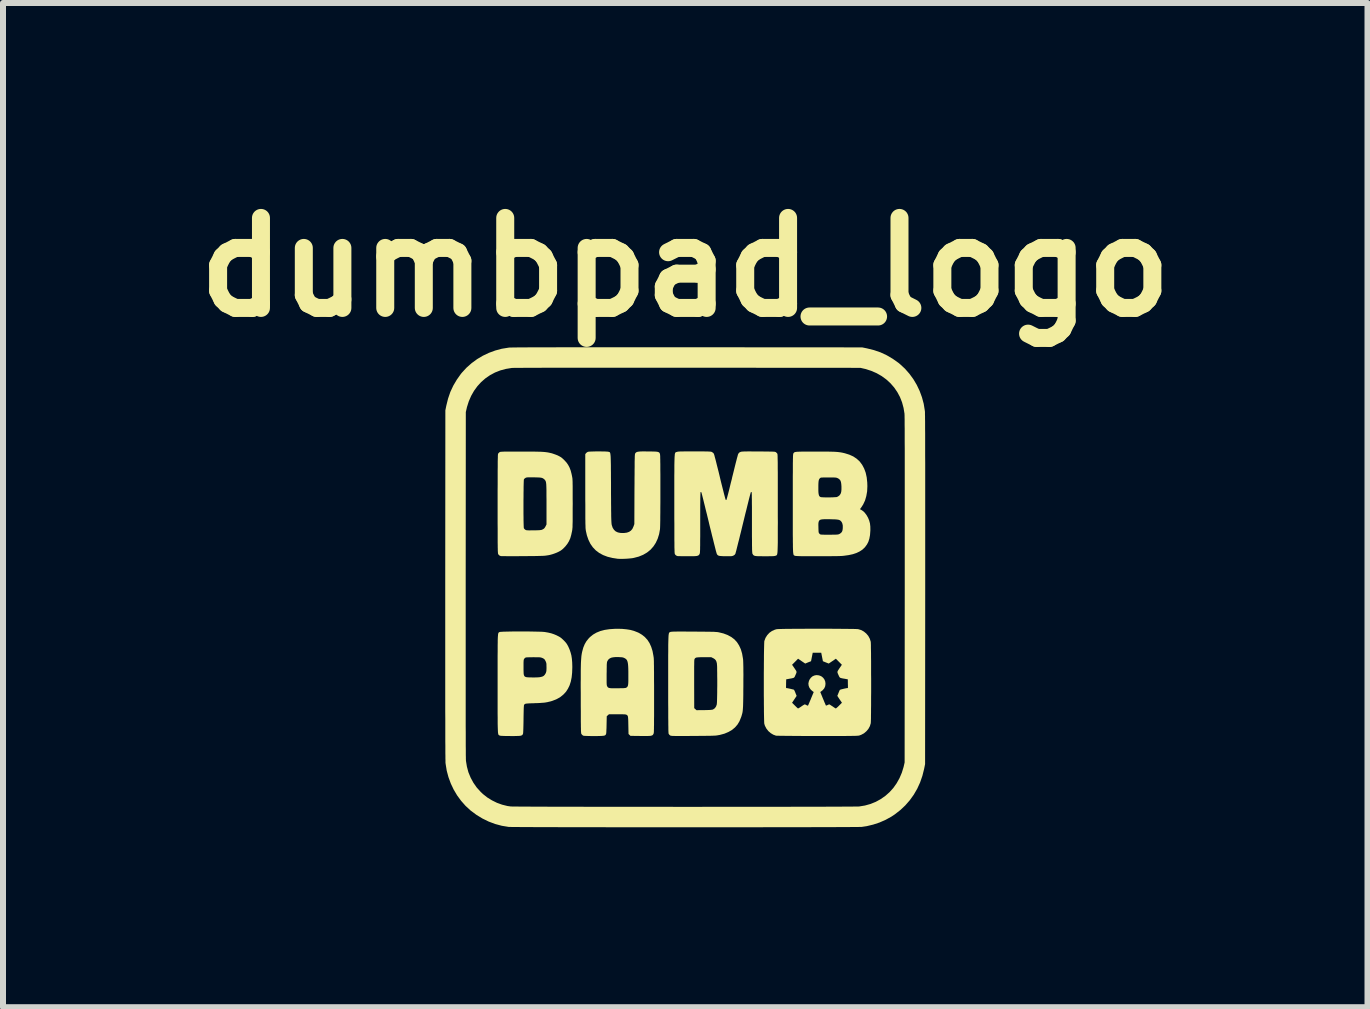
<source format=kicad_pcb>
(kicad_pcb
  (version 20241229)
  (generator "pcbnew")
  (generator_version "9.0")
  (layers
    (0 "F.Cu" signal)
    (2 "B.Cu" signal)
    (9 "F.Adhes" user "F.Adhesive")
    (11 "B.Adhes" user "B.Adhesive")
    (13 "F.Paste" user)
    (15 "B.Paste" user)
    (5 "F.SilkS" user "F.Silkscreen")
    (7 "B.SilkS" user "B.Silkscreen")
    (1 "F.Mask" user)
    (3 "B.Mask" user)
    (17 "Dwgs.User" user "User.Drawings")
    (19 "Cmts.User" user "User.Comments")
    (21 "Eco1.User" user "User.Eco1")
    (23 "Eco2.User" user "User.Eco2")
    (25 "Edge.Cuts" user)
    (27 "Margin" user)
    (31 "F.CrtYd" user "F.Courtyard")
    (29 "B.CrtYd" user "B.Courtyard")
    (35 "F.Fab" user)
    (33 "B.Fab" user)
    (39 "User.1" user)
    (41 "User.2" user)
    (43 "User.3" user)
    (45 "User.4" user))
  (footprint "dumbpad_logo"
    (layer "F.Cu")
    (at 8.371 6.738)
    (property "Reference" "dumbpad_logo" (at 0 -5.334 0) (layer "F.SilkS") (effects (font (size 1.5 1.5) (thickness 0.3))))
    (attr board_only exclude_from_pos_files exclude_from_bom)
    (fp_poly (pts (xy -1.409 -2.264) (xy -1.372 -2.263) (xy -1.338 -2.263) (xy -1.31 -2.261) (xy -1.29 -2.26) (xy -1.281 -2.258) (xy -1.274 -2.257) (xy -1.269 -2.255) (xy -1.264 -2.254) (xy -1.259 -2.251) (xy -1.255 -2.247) (xy -1.252 -2.24) (xy -1.249 -2.231) (xy -1.247 -2.218) (xy -1.245 -2.201) (xy -1.243 -2.179) (xy -1.242 -2.151) (xy -1.241 -2.117) (xy -1.24 -2.077) (xy -1.239 -2.029) (xy -1.239 -1.973) (xy -1.238 -1.908) (xy -1.238 -1.834) (xy -1.237 -1.75) (xy -1.237 -1.655) (xy -1.237 -1.649) (xy -1.237 -1.555) (xy -1.236 -1.471) (xy -1.236 -1.398) (xy -1.235 -1.334) (xy -1.235 -1.278) (xy -1.234 -1.231) (xy -1.234 -1.19) (xy -1.233 -1.156) (xy -1.232 -1.128) (xy -1.231 -1.105) (xy -1.23 -1.086) (xy -1.229 -1.071) (xy -1.228 -1.059) (xy -1.227 -1.049) (xy -1.225 -1.041) (xy -1.224 -1.035) (xy -1.209 -0.991) (xy -1.187 -0.957) (xy -1.159 -0.931) (xy -1.123 -0.914) (xy -1.08 -0.905) (xy -1.029 -0.904) (xy -1.021 -0.904) (xy -0.974 -0.91) (xy -0.936 -0.923) (xy -0.905 -0.944) (xy -0.881 -0.972) (xy -0.864 -1.009) (xy -0.861 -1.016) (xy -0.848 -1.053) (xy -0.846 -1.635) (xy -0.845 -1.729) (xy -0.845 -1.813) (xy -0.844 -1.886) (xy -0.844 -1.95) (xy -0.843 -2.005) (xy -0.843 -2.053) (xy -0.843 -2.092) (xy -0.842 -2.126) (xy -0.841 -2.153) (xy -0.841 -2.175) (xy -0.84 -2.192) (xy -0.839 -2.205) (xy -0.838 -2.214) (xy -0.837 -2.221) (xy -0.835 -2.226) (xy -0.834 -2.23) (xy -0.832 -2.233) (xy -0.831 -2.234) (xy -0.824 -2.243) (xy -0.815 -2.249) (xy -0.805 -2.255) (xy -0.79 -2.258) (xy -0.771 -2.261) (xy -0.746 -2.263) (xy -0.713 -2.264) (xy -0.671 -2.264) (xy -0.619 -2.263) (xy -0.616 -2.263) (xy -0.566 -2.263) (xy -0.527 -2.262) (xy -0.496 -2.261) (xy -0.473 -2.259) (xy -0.457 -2.256) (xy -0.445 -2.252) (xy -0.436 -2.247) (xy -0.43 -2.241) (xy -0.425 -2.232) (xy -0.423 -2.227) (xy -0.421 -2.222) (xy -0.42 -2.216) (xy -0.419 -2.207) (xy -0.418 -2.194) (xy -0.417 -2.177) (xy -0.417 -2.155) (xy -0.416 -2.127) (xy -0.416 -2.094) (xy -0.415 -2.053) (xy -0.415 -2.006) (xy -0.415 -1.95) (xy -0.414 -1.885) (xy -0.414 -1.812) (xy -0.414 -1.728) (xy -0.414 -1.633) (xy -0.414 -1.613) (xy -0.414 -1.509) (xy -0.414 -1.412) (xy -0.415 -1.324) (xy -0.415 -1.245) (xy -0.416 -1.175) (xy -0.416 -1.115) (xy -0.417 -1.064) (xy -0.418 -1.024) (xy -0.419 -0.994) (xy -0.42 -0.975) (xy -0.42 -0.97) (xy -0.435 -0.886) (xy -0.459 -0.809) (xy -0.491 -0.74) (xy -0.531 -0.679) (xy -0.579 -0.625) (xy -0.636 -0.579) (xy -0.701 -0.541) (xy -0.774 -0.511) (xy -0.854 -0.49) (xy -0.879 -0.485) (xy -0.903 -0.482) (xy -0.935 -0.479) (xy -0.972 -0.476) (xy -1.012 -0.474) (xy -1.05 -0.473) (xy -1.084 -0.473) (xy -1.111 -0.474) (xy -1.121 -0.474) (xy -1.212 -0.488) (xy -1.294 -0.508) (xy -1.368 -0.536) (xy -1.433 -0.571) (xy -1.49 -0.614) (xy -1.539 -0.665) (xy -1.58 -0.723) (xy -1.613 -0.79) (xy -1.639 -0.865) (xy -1.655 -0.937) (xy -1.657 -0.947) (xy -1.658 -0.957) (xy -1.66 -0.969) (xy -1.661 -0.983) (xy -1.662 -0.999) (xy -1.662 -1.019) (xy -1.663 -1.042) (xy -1.664 -1.071) (xy -1.664 -1.105) (xy -1.665 -1.144) (xy -1.665 -1.191) (xy -1.665 -1.245) (xy -1.665 -1.307) (xy -1.665 -1.379) (xy -1.666 -1.459) (xy -1.666 -1.55) (xy -1.666 -1.607) (xy -1.666 -2.218) (xy -1.654 -2.234) (xy -1.64 -2.247) (xy -1.623 -2.257) (xy -1.622 -2.257) (xy -1.611 -2.259) (xy -1.59 -2.261) (xy -1.561 -2.262) (xy -1.527 -2.263) (xy -1.489 -2.264) (xy -1.449 -2.264)) (stroke (width 0) (type solid)) (fill yes) (layer "F.SilkS"))
    (fp_poly (pts (xy -0.026 0.738) (xy 0.033 0.739) (xy 0.103 0.739) (xy 0.138 0.739) (xy 0.213 0.74) (xy 0.279 0.74) (xy 0.334 0.741) (xy 0.381 0.741) (xy 0.421 0.742) (xy 0.453 0.743) (xy 0.48 0.743) (xy 0.502 0.745) (xy 0.52 0.746) (xy 0.535 0.747) (xy 0.547 0.749) (xy 0.559 0.751) (xy 0.637 0.77) (xy 0.706 0.796) (xy 0.767 0.829) (xy 0.819 0.868) (xy 0.863 0.916) (xy 0.898 0.971) (xy 0.927 1.034) (xy 0.948 1.105) (xy 0.962 1.186) (xy 0.965 1.209) (xy 0.966 1.229) (xy 0.967 1.257) (xy 0.968 1.294) (xy 0.969 1.34) (xy 0.969 1.395) (xy 0.97 1.46) (xy 0.969 1.535) (xy 0.969 1.621) (xy 0.969 1.649) (xy 0.968 1.727) (xy 0.968 1.795) (xy 0.967 1.854) (xy 0.966 1.904) (xy 0.965 1.947) (xy 0.964 1.983) (xy 0.962 2.014) (xy 0.96 2.04) (xy 0.958 2.063) (xy 0.955 2.083) (xy 0.951 2.102) (xy 0.946 2.119) (xy 0.941 2.137) (xy 0.935 2.157) (xy 0.93 2.17) (xy 0.904 2.234) (xy 0.871 2.289) (xy 0.829 2.337) (xy 0.78 2.378) (xy 0.721 2.412) (xy 0.655 2.44) (xy 0.578 2.461) (xy 0.55 2.466) (xy 0.538 2.468) (xy 0.525 2.47) (xy 0.51 2.472) (xy 0.492 2.473) (xy 0.47 2.474) (xy 0.443 2.475) (xy 0.41 2.476) (xy 0.371 2.476) (xy 0.324 2.477) (xy 0.269 2.477) (xy 0.204 2.478) (xy 0.131 2.478) (xy 0.057 2.479) (xy -0.006 2.479) (xy -0.059 2.479) (xy -0.104 2.479) (xy -0.141 2.479) (xy -0.17 2.479) (xy -0.194 2.478) (xy -0.212 2.478) (xy -0.225 2.477) (xy -0.235 2.475) (xy -0.242 2.474) (xy -0.247 2.472) (xy -0.252 2.47) (xy -0.253 2.469) (xy -0.267 2.456) (xy -0.277 2.441) (xy -0.277 2.44) (xy -0.278 2.433) (xy -0.279 2.42) (xy -0.28 2.399) (xy -0.281 2.371) (xy -0.281 2.334) (xy -0.282 2.289) (xy -0.282 2.236) (xy -0.283 2.173) (xy -0.283 2.101) (xy -0.283 2.019) (xy -0.284 1.927) (xy -0.284 1.824) (xy -0.284 1.711) (xy -0.284 1.608) (xy -0.284 1.493) (xy -0.284 1.43) (xy 0.149 1.43) (xy 0.149 1.501) (xy 0.149 1.582) (xy 0.149 1.616) (xy 0.15 2.015) (xy 0.169 2.032) (xy 0.188 2.049) (xy 0.317 2.048) (xy 0.36 2.047) (xy 0.392 2.046) (xy 0.417 2.045) (xy 0.435 2.043) (xy 0.449 2.041) (xy 0.459 2.039) (xy 0.467 2.035) (xy 0.467 2.035) (xy 0.494 2.016) (xy 0.514 1.987) (xy 0.526 1.953) (xy 0.527 1.941) (xy 0.529 1.918) (xy 0.53 1.887) (xy 0.531 1.848) (xy 0.532 1.803) (xy 0.533 1.754) (xy 0.533 1.701) (xy 0.534 1.646) (xy 0.534 1.59) (xy 0.534 1.535) (xy 0.533 1.481) (xy 0.533 1.431) (xy 0.532 1.385) (xy 0.532 1.344) (xy 0.531 1.311) (xy 0.529 1.287) (xy 0.528 1.272) (xy 0.528 1.271) (xy 0.52 1.239) (xy 0.509 1.217) (xy 0.494 1.2) (xy 0.472 1.185) (xy 0.468 1.183) (xy 0.434 1.166) (xy 0.312 1.166) (xy 0.268 1.166) (xy 0.233 1.167) (xy 0.207 1.169) (xy 0.188 1.171) (xy 0.175 1.176) (xy 0.166 1.182) (xy 0.159 1.19) (xy 0.154 1.201) (xy 0.154 1.202) (xy 0.152 1.209) (xy 0.151 1.224) (xy 0.15 1.247) (xy 0.15 1.279) (xy 0.149 1.32) (xy 0.149 1.37) (xy 0.149 1.43) (xy -0.284 1.43) (xy -0.284 1.39) (xy -0.284 1.296) (xy -0.284 1.213) (xy -0.284 1.138) (xy -0.283 1.073) (xy -0.283 1.015) (xy -0.283 0.965) (xy -0.282 0.921) (xy -0.281 0.885) (xy -0.28 0.854) (xy -0.279 0.828) (xy -0.278 0.807) (xy -0.276 0.791) (xy -0.274 0.778) (xy -0.272 0.769) (xy -0.27 0.762) (xy -0.267 0.757) (xy -0.263 0.753) (xy -0.26 0.751) (xy -0.256 0.749) (xy -0.251 0.747) (xy -0.25 0.746) (xy -0.245 0.744) (xy -0.239 0.743) (xy -0.23 0.742) (xy -0.218 0.741) (xy -0.202 0.74) (xy -0.18 0.739) (xy -0.153 0.739) (xy -0.119 0.738) (xy -0.077 0.738)) (stroke (width 0) (type solid)) (fill yes) (layer "F.SilkS"))
    (fp_poly (pts (xy -2.684 0.737) (xy -2.627 0.737) (xy -2.571 0.738) (xy -2.518 0.739) (xy -2.47 0.74) (xy -2.427 0.741) (xy -2.391 0.742) (xy -2.362 0.744) (xy -2.342 0.746) (xy -2.341 0.746) (xy -2.283 0.756) (xy -2.233 0.768) (xy -2.188 0.783) (xy -2.143 0.802) (xy -2.134 0.807) (xy -2.106 0.821) (xy -2.084 0.834) (xy -2.064 0.849) (xy -2.044 0.867) (xy -2.025 0.885) (xy -2.002 0.909) (xy -1.985 0.929) (xy -1.971 0.949) (xy -1.958 0.972) (xy -1.947 0.993) (xy -1.926 1.042) (xy -1.91 1.089) (xy -1.897 1.139) (xy -1.889 1.193) (xy -1.884 1.252) (xy -1.882 1.321) (xy -1.882 1.336) (xy -1.885 1.424) (xy -1.893 1.502) (xy -1.907 1.572) (xy -1.927 1.634) (xy -1.954 1.69) (xy -1.986 1.74) (xy -2.026 1.784) (xy -2.035 1.792) (xy -2.087 1.834) (xy -2.149 1.868) (xy -2.219 1.895) (xy -2.297 1.915) (xy -2.332 1.921) (xy -2.354 1.924) (xy -2.385 1.926) (xy -2.422 1.929) (xy -2.463 1.931) (xy -2.504 1.932) (xy -2.517 1.933) (xy -2.555 1.934) (xy -2.59 1.935) (xy -2.621 1.937) (xy -2.644 1.939) (xy -2.659 1.941) (xy -2.663 1.942) (xy -2.677 1.95) (xy -2.686 1.96) (xy -2.688 1.967) (xy -2.689 1.982) (xy -2.691 2.005) (xy -2.692 2.036) (xy -2.693 2.077) (xy -2.694 2.128) (xy -2.695 2.19) (xy -2.695 2.205) (xy -2.696 2.263) (xy -2.697 2.31) (xy -2.698 2.349) (xy -2.699 2.38) (xy -2.7 2.403) (xy -2.701 2.42) (xy -2.702 2.433) (xy -2.704 2.442) (xy -2.706 2.448) (xy -2.708 2.452) (xy -2.714 2.46) (xy -2.72 2.466) (xy -2.729 2.47) (xy -2.74 2.474) (xy -2.757 2.477) (xy -2.778 2.478) (xy -2.807 2.479) (xy -2.845 2.48) (xy -2.892 2.48) (xy -2.913 2.48) (xy -2.963 2.479) (xy -3.002 2.479) (xy -3.033 2.478) (xy -3.056 2.477) (xy -3.073 2.476) (xy -3.084 2.474) (xy -3.092 2.472) (xy -3.094 2.471) (xy -3.098 2.469) (xy -3.103 2.467) (xy -3.106 2.465) (xy -3.109 2.462) (xy -3.112 2.458) (xy -3.115 2.452) (xy -3.117 2.444) (xy -3.119 2.432) (xy -3.121 2.418) (xy -3.122 2.399) (xy -3.123 2.376) (xy -3.124 2.347) (xy -3.125 2.313) (xy -3.126 2.273) (xy -3.126 2.226) (xy -3.126 2.171) (xy -3.127 2.109) (xy -3.127 2.039) (xy -3.127 1.959) (xy -3.127 1.87) (xy -3.127 1.771) (xy -3.127 1.662) (xy -3.127 1.609) (xy -3.127 1.494) (xy -3.127 1.391) (xy -3.127 1.332) (xy -2.695 1.332) (xy -2.695 1.378) (xy -2.694 1.413) (xy -2.693 1.44) (xy -2.69 1.459) (xy -2.685 1.473) (xy -2.679 1.483) (xy -2.671 1.49) (xy -2.66 1.495) (xy -2.647 1.499) (xy -2.625 1.501) (xy -2.596 1.503) (xy -2.563 1.503) (xy -2.528 1.504) (xy -2.493 1.503) (xy -2.46 1.502) (xy -2.432 1.5) (xy -2.418 1.498) (xy -2.384 1.49) (xy -2.36 1.478) (xy -2.342 1.46) (xy -2.327 1.436) (xy -2.321 1.422) (xy -2.317 1.409) (xy -2.314 1.394) (xy -2.313 1.374) (xy -2.312 1.348) (xy -2.312 1.334) (xy -2.313 1.303) (xy -2.313 1.282) (xy -2.315 1.266) (xy -2.319 1.252) (xy -2.324 1.239) (xy -2.329 1.229) (xy -2.339 1.21) (xy -2.349 1.198) (xy -2.363 1.188) (xy -2.377 1.181) (xy -2.388 1.176) (xy -2.399 1.173) (xy -2.41 1.17) (xy -2.424 1.168) (xy -2.443 1.167) (xy -2.468 1.167) (xy -2.502 1.167) (xy -2.525 1.166) (xy -2.561 1.167) (xy -2.595 1.167) (xy -2.623 1.168) (xy -2.644 1.169) (xy -2.656 1.17) (xy -2.657 1.171) (xy -2.671 1.178) (xy -2.683 1.192) (xy -2.684 1.193) (xy -2.688 1.2) (xy -2.691 1.208) (xy -2.693 1.219) (xy -2.694 1.235) (xy -2.695 1.256) (xy -2.695 1.285) (xy -2.695 1.324) (xy -2.695 1.332) (xy -3.127 1.332) (xy -3.127 1.297) (xy -3.127 1.213) (xy -3.127 1.139) (xy -3.126 1.073) (xy -3.126 1.015) (xy -3.126 0.965) (xy -3.125 0.921) (xy -3.125 0.885) (xy -3.124 0.854) (xy -3.123 0.828) (xy -3.121 0.807) (xy -3.12 0.791) (xy -3.118 0.778) (xy -3.116 0.768) (xy -3.113 0.762) (xy -3.11 0.757) (xy -3.107 0.753) (xy -3.104 0.751) (xy -3.1 0.749) (xy -3.095 0.748) (xy -3.093 0.746) (xy -3.083 0.744) (xy -3.064 0.743) (xy -3.035 0.741) (xy -2.999 0.74) (xy -2.956 0.739) (xy -2.907 0.738) (xy -2.855 0.737) (xy -2.799 0.737) (xy -2.742 0.737)) (stroke (width 0) (type solid)) (fill yes) (layer "F.SilkS"))
    (fp_poly (pts (xy -1.051 0.694) (xy -0.979 0.701) (xy -0.915 0.711) (xy -0.856 0.727) (xy -0.802 0.748) (xy -0.78 0.757) (xy -0.722 0.791) (xy -0.673 0.83) (xy -0.63 0.877) (xy -0.595 0.931) (xy -0.567 0.993) (xy -0.545 1.063) (xy -0.53 1.143) (xy -0.527 1.164) (xy -0.525 1.176) (xy -0.524 1.193) (xy -0.523 1.215) (xy -0.522 1.242) (xy -0.522 1.275) (xy -0.521 1.315) (xy -0.521 1.361) (xy -0.52 1.416) (xy -0.52 1.479) (xy -0.52 1.551) (xy -0.519 1.633) (xy -0.519 1.725) (xy -0.519 1.824) (xy -0.519 1.92) (xy -0.519 2.006) (xy -0.519 2.081) (xy -0.519 2.147) (xy -0.52 2.204) (xy -0.52 2.253) (xy -0.52 2.294) (xy -0.521 2.329) (xy -0.521 2.358) (xy -0.522 2.381) (xy -0.522 2.399) (xy -0.523 2.414) (xy -0.524 2.424) (xy -0.525 2.432) (xy -0.527 2.438) (xy -0.528 2.442) (xy -0.529 2.444) (xy -0.535 2.454) (xy -0.541 2.462) (xy -0.549 2.468) (xy -0.56 2.472) (xy -0.574 2.476) (xy -0.595 2.478) (xy -0.621 2.479) (xy -0.656 2.479) (xy -0.7 2.479) (xy -0.743 2.479) (xy -0.913 2.477) (xy -0.929 2.461) (xy -0.945 2.446) (xy -0.948 2.302) (xy -0.949 2.251) (xy -0.95 2.211) (xy -0.952 2.181) (xy -0.954 2.16) (xy -0.957 2.149) (xy -0.958 2.147) (xy -0.963 2.138) (xy -0.969 2.131) (xy -0.977 2.126) (xy -0.988 2.122) (xy -1.004 2.119) (xy -1.026 2.118) (xy -1.056 2.117) (xy -1.094 2.117) (xy -1.13 2.117) (xy -1.271 2.117) (xy -1.289 2.133) (xy -1.308 2.15) (xy -1.311 2.294) (xy -1.312 2.344) (xy -1.314 2.384) (xy -1.315 2.414) (xy -1.317 2.435) (xy -1.32 2.447) (xy -1.321 2.45) (xy -1.326 2.458) (xy -1.332 2.465) (xy -1.341 2.47) (xy -1.353 2.474) (xy -1.37 2.476) (xy -1.392 2.478) (xy -1.422 2.479) (xy -1.461 2.48) (xy -1.509 2.48) (xy -1.525 2.48) (xy -1.578 2.48) (xy -1.62 2.479) (xy -1.653 2.478) (xy -1.677 2.477) (xy -1.693 2.475) (xy -1.702 2.473) (xy -1.702 2.473) (xy -1.715 2.463) (xy -1.727 2.45) (xy -1.727 2.45) (xy -1.729 2.447) (xy -1.731 2.444) (xy -1.733 2.44) (xy -1.734 2.434) (xy -1.735 2.425) (xy -1.736 2.414) (xy -1.737 2.399) (xy -1.738 2.379) (xy -1.738 2.355) (xy -1.739 2.325) (xy -1.739 2.288) (xy -1.74 2.244) (xy -1.74 2.192) (xy -1.74 2.132) (xy -1.74 2.063) (xy -1.741 1.984) (xy -1.741 1.895) (xy -1.741 1.862) (xy -1.741 1.759) (xy -1.742 1.666) (xy -1.742 1.583) (xy -1.741 1.534) (xy -1.31 1.534) (xy -1.31 1.567) (xy -1.31 1.593) (xy -1.309 1.612) (xy -1.308 1.627) (xy -1.306 1.637) (xy -1.304 1.644) (xy -1.302 1.648) (xy -1.296 1.659) (xy -1.289 1.668) (xy -1.28 1.674) (xy -1.267 1.679) (xy -1.248 1.682) (xy -1.223 1.684) (xy -1.191 1.684) (xy -1.148 1.684) (xy -1.126 1.684) (xy -1.084 1.683) (xy -1.051 1.683) (xy -1.026 1.682) (xy -1.009 1.68) (xy -0.996 1.679) (xy -0.987 1.676) (xy -0.981 1.673) (xy -0.98 1.672) (xy -0.971 1.666) (xy -0.964 1.658) (xy -0.958 1.648) (xy -0.954 1.635) (xy -0.951 1.617) (xy -0.949 1.593) (xy -0.948 1.561) (xy -0.948 1.521) (xy -0.948 1.47) (xy -0.948 1.469) (xy -0.948 1.407) (xy -0.949 1.355) (xy -0.951 1.313) (xy -0.954 1.279) (xy -0.959 1.251) (xy -0.965 1.23) (xy -0.973 1.213) (xy -0.984 1.2) (xy -0.996 1.19) (xy -1.012 1.181) (xy -1.014 1.18) (xy -1.027 1.174) (xy -1.04 1.17) (xy -1.057 1.167) (xy -1.079 1.166) (xy -1.109 1.164) (xy -1.116 1.164) (xy -1.165 1.164) (xy -1.204 1.168) (xy -1.235 1.175) (xy -1.259 1.187) (xy -1.279 1.203) (xy -1.294 1.225) (xy -1.295 1.228) (xy -1.299 1.235) (xy -1.302 1.242) (xy -1.304 1.25) (xy -1.305 1.262) (xy -1.307 1.277) (xy -1.308 1.298) (xy -1.308 1.326) (xy -1.309 1.362) (xy -1.309 1.407) (xy -1.31 1.44) (xy -1.31 1.492) (xy -1.31 1.534) (xy -1.741 1.534) (xy -1.741 1.51) (xy -1.741 1.445) (xy -1.741 1.387) (xy -1.74 1.337) (xy -1.739 1.293) (xy -1.738 1.255) (xy -1.736 1.222) (xy -1.734 1.193) (xy -1.732 1.167) (xy -1.73 1.145) (xy -1.727 1.124) (xy -1.724 1.105) (xy -1.72 1.086) (xy -1.717 1.072) (xy -1.699 1.006) (xy -1.676 0.95) (xy -1.647 0.9) (xy -1.611 0.855) (xy -1.586 0.829) (xy -1.536 0.789) (xy -1.479 0.756) (xy -1.415 0.73) (xy -1.343 0.711) (xy -1.262 0.699) (xy -1.173 0.693) (xy -1.131 0.692)) (stroke (width 0) (type solid)) (fill yes) (layer "F.SilkS"))
    (fp_poly (pts (xy -2.658 -2.261) (xy -2.59 -2.261) (xy -2.532 -2.261) (xy -2.482 -2.26) (xy -2.439 -2.259) (xy -2.402 -2.258) (xy -2.37 -2.256) (xy -2.342 -2.254) (xy -2.318 -2.251) (xy -2.295 -2.248) (xy -2.274 -2.244) (xy -2.252 -2.239) (xy -2.23 -2.234) (xy -2.225 -2.233) (xy -2.195 -2.223) (xy -2.161 -2.211) (xy -2.128 -2.198) (xy -2.118 -2.193) (xy -2.091 -2.179) (xy -2.069 -2.166) (xy -2.049 -2.15) (xy -2.026 -2.129) (xy -2.015 -2.118) (xy -1.98 -2.08) (xy -1.952 -2.04) (xy -1.929 -1.997) (xy -1.91 -1.948) (xy -1.895 -1.891) (xy -1.886 -1.848) (xy -1.884 -1.837) (xy -1.882 -1.825) (xy -1.88 -1.812) (xy -1.879 -1.796) (xy -1.878 -1.776) (xy -1.877 -1.752) (xy -1.877 -1.723) (xy -1.876 -1.687) (xy -1.876 -1.645) (xy -1.876 -1.595) (xy -1.876 -1.536) (xy -1.876 -1.467) (xy -1.875 -1.396) (xy -1.876 -1.318) (xy -1.876 -1.25) (xy -1.876 -1.192) (xy -1.876 -1.142) (xy -1.876 -1.101) (xy -1.877 -1.066) (xy -1.878 -1.037) (xy -1.878 -1.013) (xy -1.879 -0.993) (xy -1.881 -0.976) (xy -1.882 -0.962) (xy -1.884 -0.949) (xy -1.886 -0.937) (xy -1.886 -0.937) (xy -1.9 -0.872) (xy -1.916 -0.816) (xy -1.938 -0.767) (xy -1.964 -0.724) (xy -1.996 -0.683) (xy -2.015 -0.663) (xy -2.039 -0.639) (xy -2.06 -0.622) (xy -2.08 -0.608) (xy -2.104 -0.595) (xy -2.117 -0.588) (xy -2.146 -0.575) (xy -2.177 -0.563) (xy -2.206 -0.553) (xy -2.216 -0.55) (xy -2.237 -0.544) (xy -2.256 -0.539) (xy -2.275 -0.535) (xy -2.293 -0.532) (xy -2.313 -0.529) (xy -2.335 -0.526) (xy -2.36 -0.524) (xy -2.39 -0.523) (xy -2.424 -0.522) (xy -2.465 -0.521) (xy -2.513 -0.52) (xy -2.569 -0.52) (xy -2.635 -0.519) (xy -2.71 -0.519) (xy -2.773 -0.518) (xy -2.832 -0.518) (xy -2.887 -0.518) (xy -2.938 -0.518) (xy -2.981 -0.518) (xy -3.018 -0.519) (xy -3.047 -0.519) (xy -3.066 -0.519) (xy -3.075 -0.52) (xy -3.076 -0.52) (xy -3.098 -0.53) (xy -3.111 -0.543) (xy -3.118 -0.554) (xy -3.119 -0.557) (xy -3.12 -0.562) (xy -3.121 -0.57) (xy -3.122 -0.581) (xy -3.123 -0.596) (xy -3.124 -0.614) (xy -3.124 -0.638) (xy -3.125 -0.666) (xy -3.125 -0.7) (xy -3.126 -0.741) (xy -3.126 -0.788) (xy -3.126 -0.843) (xy -3.126 -0.905) (xy -3.126 -0.977) (xy -3.127 -1.057) (xy -3.127 -1.146) (xy -3.127 -1.246) (xy -3.127 -1.334) (xy -2.696 -1.334) (xy -2.696 -1.276) (xy -2.696 -1.22) (xy -2.695 -1.167) (xy -2.695 -1.119) (xy -2.694 -1.076) (xy -2.693 -1.04) (xy -2.692 -1.012) (xy -2.691 -0.994) (xy -2.69 -0.985) (xy -2.681 -0.972) (xy -2.668 -0.96) (xy -2.666 -0.959) (xy -2.659 -0.955) (xy -2.652 -0.952) (xy -2.642 -0.95) (xy -2.628 -0.949) (xy -2.609 -0.948) (xy -2.582 -0.948) (xy -2.547 -0.949) (xy -2.525 -0.949) (xy -2.485 -0.949) (xy -2.454 -0.95) (xy -2.431 -0.951) (xy -2.414 -0.953) (xy -2.401 -0.955) (xy -2.391 -0.957) (xy -2.382 -0.961) (xy -2.375 -0.965) (xy -2.357 -0.975) (xy -2.345 -0.987) (xy -2.334 -1.004) (xy -2.329 -1.013) (xy -2.312 -1.047) (xy -2.312 -1.387) (xy -2.312 -1.461) (xy -2.313 -1.523) (xy -2.313 -1.577) (xy -2.313 -1.621) (xy -2.314 -1.658) (xy -2.315 -1.688) (xy -2.316 -1.712) (xy -2.318 -1.731) (xy -2.32 -1.746) (xy -2.323 -1.758) (xy -2.326 -1.768) (xy -2.33 -1.776) (xy -2.335 -1.783) (xy -2.34 -1.79) (xy -2.352 -1.802) (xy -2.369 -1.814) (xy -2.377 -1.818) (xy -2.387 -1.822) (xy -2.398 -1.825) (xy -2.411 -1.827) (xy -2.429 -1.829) (xy -2.452 -1.83) (xy -2.484 -1.831) (xy -2.522 -1.832) (xy -2.563 -1.832) (xy -2.594 -1.832) (xy -2.617 -1.832) (xy -2.633 -1.831) (xy -2.645 -1.829) (xy -2.654 -1.827) (xy -2.661 -1.823) (xy -2.676 -1.813) (xy -2.687 -1.801) (xy -2.688 -1.799) (xy -2.69 -1.791) (xy -2.691 -1.772) (xy -2.692 -1.745) (xy -2.693 -1.709) (xy -2.694 -1.667) (xy -2.694 -1.619) (xy -2.695 -1.567) (xy -2.695 -1.511) (xy -2.696 -1.453) (xy -2.696 -1.393) (xy -2.696 -1.334) (xy -3.127 -1.334) (xy -3.127 -1.357) (xy -3.127 -1.391) (xy -3.127 -1.509) (xy -3.127 -1.616) (xy -3.126 -1.713) (xy -3.126 -1.799) (xy -3.126 -1.876) (xy -3.126 -1.944) (xy -3.125 -2.004) (xy -3.125 -2.055) (xy -3.125 -2.098) (xy -3.124 -2.134) (xy -3.123 -2.164) (xy -3.123 -2.187) (xy -3.122 -2.204) (xy -3.121 -2.216) (xy -3.12 -2.222) (xy -3.12 -2.224) (xy -3.11 -2.237) (xy -3.097 -2.249) (xy -3.097 -2.249) (xy -3.093 -2.252) (xy -3.089 -2.254) (xy -3.084 -2.256) (xy -3.076 -2.257) (xy -3.065 -2.258) (xy -3.051 -2.259) (xy -3.031 -2.26) (xy -3.006 -2.261) (xy -2.974 -2.261) (xy -2.934 -2.261) (xy -2.887 -2.261) (xy -2.829 -2.261) (xy -2.762 -2.261) (xy -2.736 -2.261)) (stroke (width 0) (type solid)) (fill yes) (layer "F.SilkS"))
    (fp_poly (pts (xy 2.248 -2.261) (xy 2.312 -2.261) (xy 2.367 -2.261) (xy 2.414 -2.26) (xy 2.454 -2.259) (xy 2.489 -2.258) (xy 2.518 -2.256) (xy 2.545 -2.254) (xy 2.568 -2.251) (xy 2.591 -2.248) (xy 2.613 -2.244) (xy 2.636 -2.239) (xy 2.661 -2.233) (xy 2.661 -2.233) (xy 2.735 -2.21) (xy 2.801 -2.18) (xy 2.858 -2.142) (xy 2.908 -2.096) (xy 2.949 -2.041) (xy 2.982 -1.979) (xy 3.008 -1.909) (xy 3.025 -1.831) (xy 3.034 -1.745) (xy 3.036 -1.685) (xy 3.032 -1.598) (xy 3.018 -1.519) (xy 2.997 -1.446) (xy 2.966 -1.38) (xy 2.934 -1.33) (xy 2.912 -1.301) (xy 2.93 -1.292) (xy 2.959 -1.273) (xy 2.989 -1.246) (xy 3.016 -1.211) (xy 3.021 -1.204) (xy 3.047 -1.159) (xy 3.066 -1.113) (xy 3.079 -1.065) (xy 3.085 -1.013) (xy 3.086 -0.953) (xy 3.085 -0.936) (xy 3.08 -0.869) (xy 3.069 -0.81) (xy 3.053 -0.759) (xy 3.03 -0.714) (xy 3 -0.673) (xy 2.989 -0.66) (xy 2.951 -0.625) (xy 2.906 -0.596) (xy 2.854 -0.571) (xy 2.794 -0.551) (xy 2.725 -0.536) (xy 2.647 -0.525) (xy 2.616 -0.522) (xy 2.599 -0.521) (xy 2.571 -0.52) (xy 2.534 -0.519) (xy 2.49 -0.519) (xy 2.439 -0.518) (xy 2.383 -0.517) (xy 2.323 -0.517) (xy 2.261 -0.517) (xy 2.199 -0.517) (xy 2.124 -0.517) (xy 2.06 -0.517) (xy 2.006 -0.517) (xy 1.961 -0.518) (xy 1.924 -0.518) (xy 1.894 -0.519) (xy 1.871 -0.52) (xy 1.854 -0.521) (xy 1.841 -0.522) (xy 1.833 -0.523) (xy 1.829 -0.525) (xy 1.824 -0.527) (xy 1.82 -0.528) (xy 1.816 -0.53) (xy 1.812 -0.532) (xy 1.809 -0.536) (xy 1.806 -0.541) (xy 1.804 -0.549) (xy 1.802 -0.559) (xy 1.8 -0.573) (xy 1.798 -0.591) (xy 1.797 -0.614) (xy 1.796 -0.641) (xy 1.795 -0.675) (xy 1.795 -0.714) (xy 1.794 -0.76) (xy 1.794 -0.813) (xy 1.793 -0.874) (xy 1.793 -0.943) (xy 1.793 -1.021) (xy 1.793 -1.04) (xy 2.219 -1.04) (xy 2.22 -1.003) (xy 2.22 -0.996) (xy 2.221 -0.962) (xy 2.222 -0.938) (xy 2.223 -0.921) (xy 2.226 -0.91) (xy 2.229 -0.902) (xy 2.233 -0.897) (xy 2.245 -0.885) (xy 2.256 -0.879) (xy 2.264 -0.878) (xy 2.283 -0.877) (xy 2.309 -0.876) (xy 2.342 -0.875) (xy 2.379 -0.875) (xy 2.409 -0.875) (xy 2.453 -0.876) (xy 2.487 -0.876) (xy 2.512 -0.877) (xy 2.532 -0.878) (xy 2.545 -0.88) (xy 2.556 -0.882) (xy 2.564 -0.885) (xy 2.572 -0.889) (xy 2.576 -0.891) (xy 2.598 -0.907) (xy 2.613 -0.926) (xy 2.622 -0.951) (xy 2.626 -0.985) (xy 2.626 -0.987) (xy 2.626 -1.029) (xy 2.619 -1.062) (xy 2.606 -1.089) (xy 2.601 -1.095) (xy 2.591 -1.106) (xy 2.581 -1.114) (xy 2.57 -1.12) (xy 2.554 -1.125) (xy 2.534 -1.128) (xy 2.508 -1.131) (xy 2.474 -1.132) (xy 2.431 -1.133) (xy 2.411 -1.134) (xy 2.359 -1.134) (xy 2.318 -1.134) (xy 2.285 -1.132) (xy 2.26 -1.128) (xy 2.243 -1.12) (xy 2.231 -1.108) (xy 2.224 -1.091) (xy 2.22 -1.069) (xy 2.219 -1.04) (xy 1.793 -1.04) (xy 1.793 -1.108) (xy 1.793 -1.205) (xy 1.793 -1.313) (xy 1.793 -1.391) (xy 1.793 -1.504) (xy 1.793 -1.606) (xy 1.793 -1.663) (xy 2.219 -1.663) (xy 2.219 -1.619) (xy 2.22 -1.584) (xy 2.223 -1.558) (xy 2.227 -1.539) (xy 2.232 -1.525) (xy 2.239 -1.515) (xy 2.245 -1.51) (xy 2.251 -1.506) (xy 2.257 -1.503) (xy 2.267 -1.501) (xy 2.28 -1.5) (xy 2.299 -1.499) (xy 2.326 -1.498) (xy 2.361 -1.498) (xy 2.383 -1.498) (xy 2.424 -1.498) (xy 2.462 -1.499) (xy 2.492 -1.501) (xy 2.515 -1.502) (xy 2.528 -1.504) (xy 2.548 -1.514) (xy 2.569 -1.529) (xy 2.572 -1.533) (xy 2.585 -1.55) (xy 2.595 -1.57) (xy 2.601 -1.596) (xy 2.604 -1.628) (xy 2.604 -1.669) (xy 2.604 -1.68) (xy 2.601 -1.721) (xy 2.596 -1.753) (xy 2.587 -1.778) (xy 2.573 -1.796) (xy 2.554 -1.811) (xy 2.545 -1.816) (xy 2.536 -1.82) (xy 2.527 -1.824) (xy 2.517 -1.826) (xy 2.505 -1.828) (xy 2.488 -1.829) (xy 2.465 -1.83) (xy 2.434 -1.83) (xy 2.393 -1.83) (xy 2.388 -1.83) (xy 2.347 -1.83) (xy 2.315 -1.83) (xy 2.292 -1.829) (xy 2.275 -1.829) (xy 2.264 -1.827) (xy 2.256 -1.825) (xy 2.251 -1.822) (xy 2.246 -1.817) (xy 2.245 -1.816) (xy 2.236 -1.807) (xy 2.23 -1.795) (xy 2.225 -1.779) (xy 2.222 -1.759) (xy 2.22 -1.731) (xy 2.219 -1.695) (xy 2.219 -1.663) (xy 1.793 -1.663) (xy 1.793 -1.699) (xy 1.793 -1.781) (xy 1.793 -1.855) (xy 1.794 -1.919) (xy 1.794 -1.976) (xy 1.794 -2.025) (xy 1.794 -2.068) (xy 1.795 -2.104) (xy 1.795 -2.134) (xy 1.796 -2.159) (xy 1.796 -2.179) (xy 1.797 -2.194) (xy 1.798 -2.207) (xy 1.799 -2.216) (xy 1.8 -2.222) (xy 1.801 -2.227) (xy 1.802 -2.23) (xy 1.803 -2.23) (xy 1.807 -2.237) (xy 1.811 -2.242) (xy 1.816 -2.247) (xy 1.823 -2.25) (xy 1.833 -2.254) (xy 1.847 -2.256) (xy 1.865 -2.258) (xy 1.889 -2.259) (xy 1.92 -2.26) (xy 1.957 -2.261) (xy 2.003 -2.261) (xy 2.058 -2.261) (xy 2.122 -2.261) (xy 2.173 -2.261)) (stroke (width 0) (type solid)) (fill yes) (layer "F.SilkS"))
    (fp_poly (pts (xy 2.299 0.692) (xy 2.375 0.692) (xy 2.449 0.692) (xy 2.52 0.693) (xy 2.587 0.693) (xy 2.65 0.694) (xy 2.707 0.694) (xy 2.757 0.695) (xy 2.8 0.695) (xy 2.835 0.696) (xy 2.861 0.697) (xy 2.877 0.698) (xy 2.88 0.698) (xy 2.931 0.713) (xy 2.977 0.738) (xy 3.017 0.771) (xy 3.051 0.811) (xy 3.076 0.857) (xy 3.092 0.907) (xy 3.093 0.917) (xy 3.094 0.938) (xy 3.095 0.968) (xy 3.095 1.007) (xy 3.096 1.054) (xy 3.097 1.107) (xy 3.097 1.167) (xy 3.098 1.232) (xy 3.098 1.301) (xy 3.098 1.374) (xy 3.098 1.449) (xy 3.099 1.525) (xy 3.099 1.602) (xy 3.099 1.679) (xy 3.099 1.755) (xy 3.098 1.829) (xy 3.098 1.9) (xy 3.098 1.968) (xy 3.097 2.031) (xy 3.097 2.088) (xy 3.096 2.139) (xy 3.096 2.182) (xy 3.095 2.218) (xy 3.094 2.244) (xy 3.093 2.26) (xy 3.093 2.265) (xy 3.078 2.315) (xy 3.053 2.361) (xy 3.019 2.401) (xy 2.979 2.435) (xy 2.932 2.46) (xy 2.898 2.472) (xy 2.891 2.473) (xy 2.882 2.474) (xy 2.868 2.475) (xy 2.851 2.476) (xy 2.828 2.477) (xy 2.799 2.477) (xy 2.764 2.478) (xy 2.723 2.478) (xy 2.674 2.479) (xy 2.617 2.479) (xy 2.552 2.479) (xy 2.478 2.479) (xy 2.394 2.479) (xy 2.3 2.479) (xy 2.202 2.479) (xy 2.114 2.479) (xy 2.03 2.479) (xy 1.949 2.479) (xy 1.873 2.478) (xy 1.802 2.478) (xy 1.737 2.477) (xy 1.68 2.477) (xy 1.629 2.476) (xy 1.587 2.476) (xy 1.553 2.475) (xy 1.53 2.475) (xy 1.516 2.474) (xy 1.513 2.474) (xy 1.467 2.457) (xy 1.424 2.431) (xy 1.385 2.397) (xy 1.353 2.356) (xy 1.329 2.31) (xy 1.319 2.279) (xy 1.317 2.268) (xy 1.316 2.247) (xy 1.315 2.216) (xy 1.314 2.177) (xy 1.313 2.129) (xy 1.312 2.075) (xy 1.312 2.015) (xy 1.311 1.949) (xy 1.311 1.879) (xy 1.31 1.806) (xy 1.31 1.73) (xy 1.31 1.657) (xy 1.68 1.657) (xy 1.681 1.673) (xy 1.681 1.68) (xy 1.681 1.68) (xy 1.693 1.681) (xy 1.711 1.684) (xy 1.734 1.689) (xy 1.758 1.694) (xy 1.781 1.7) (xy 1.8 1.704) (xy 1.811 1.708) (xy 1.813 1.71) (xy 1.818 1.718) (xy 1.826 1.734) (xy 1.835 1.755) (xy 1.838 1.764) (xy 1.857 1.811) (xy 1.819 1.868) (xy 1.781 1.925) (xy 1.828 1.972) (xy 1.847 1.991) (xy 1.863 2.006) (xy 1.875 2.017) (xy 1.881 2.02) (xy 1.888 2.017) (xy 1.902 2.009) (xy 1.921 1.997) (xy 1.937 1.986) (xy 1.957 1.972) (xy 1.975 1.961) (xy 1.988 1.954) (xy 1.992 1.952) (xy 2.001 1.955) (xy 2.015 1.961) (xy 2.021 1.965) (xy 2.036 1.972) (xy 2.045 1.973) (xy 2.048 1.97) (xy 2.051 1.963) (xy 2.058 1.947) (xy 2.068 1.924) (xy 2.08 1.895) (xy 2.094 1.863) (xy 2.097 1.854) (xy 2.142 1.746) (xy 2.128 1.737) (xy 2.095 1.709) (xy 2.071 1.677) (xy 2.057 1.641) (xy 2.053 1.604) (xy 2.061 1.566) (xy 2.07 1.543) (xy 2.092 1.511) (xy 2.118 1.487) (xy 2.149 1.472) (xy 2.181 1.465) (xy 2.214 1.466) (xy 2.246 1.474) (xy 2.276 1.489) (xy 2.301 1.511) (xy 2.321 1.539) (xy 2.334 1.573) (xy 2.338 1.609) (xy 2.333 1.649) (xy 2.318 1.684) (xy 2.292 1.715) (xy 2.264 1.737) (xy 2.251 1.746) (xy 2.295 1.854) (xy 2.309 1.887) (xy 2.321 1.917) (xy 2.332 1.941) (xy 2.339 1.959) (xy 2.343 1.969) (xy 2.344 1.969) (xy 2.35 1.972) (xy 2.363 1.968) (xy 2.371 1.964) (xy 2.386 1.957) (xy 2.398 1.953) (xy 2.401 1.952) (xy 2.408 1.955) (xy 2.422 1.964) (xy 2.44 1.976) (xy 2.456 1.986) (xy 2.476 2) (xy 2.494 2.012) (xy 2.506 2.019) (xy 2.511 2.02) (xy 2.517 2.016) (xy 2.529 2.006) (xy 2.546 1.991) (xy 2.564 1.973) (xy 2.612 1.925) (xy 2.573 1.868) (xy 2.535 1.811) (xy 2.554 1.764) (xy 2.563 1.742) (xy 2.571 1.723) (xy 2.577 1.712) (xy 2.579 1.71) (xy 2.586 1.707) (xy 2.601 1.702) (xy 2.622 1.697) (xy 2.646 1.691) (xy 2.67 1.686) (xy 2.691 1.682) (xy 2.706 1.68) (xy 2.711 1.68) (xy 2.712 1.674) (xy 2.712 1.66) (xy 2.712 1.638) (xy 2.711 1.612) (xy 2.711 1.608) (xy 2.71 1.535) (xy 2.656 1.525) (xy 2.625 1.52) (xy 2.603 1.515) (xy 2.588 1.511) (xy 2.578 1.505) (xy 2.571 1.497) (xy 2.565 1.486) (xy 2.558 1.471) (xy 2.547 1.446) (xy 2.54 1.429) (xy 2.537 1.415) (xy 2.539 1.402) (xy 2.546 1.388) (xy 2.558 1.37) (xy 2.571 1.35) (xy 2.611 1.292) (xy 2.561 1.242) (xy 2.511 1.191) (xy 2.451 1.232) (xy 2.392 1.272) (xy 2.344 1.253) (xy 2.295 1.233) (xy 2.281 1.163) (xy 2.267 1.092) (xy 2.196 1.092) (xy 2.125 1.092) (xy 2.111 1.162) (xy 2.097 1.233) (xy 2.048 1.252) (xy 2 1.272) (xy 1.941 1.232) (xy 1.881 1.191) (xy 1.831 1.242) (xy 1.781 1.292) (xy 1.821 1.35) (xy 1.837 1.374) (xy 1.849 1.392) (xy 1.854 1.405) (xy 1.855 1.418) (xy 1.851 1.432) (xy 1.843 1.451) (xy 1.834 1.471) (xy 1.827 1.487) (xy 1.821 1.498) (xy 1.814 1.505) (xy 1.804 1.511) (xy 1.789 1.515) (xy 1.767 1.52) (xy 1.736 1.525) (xy 1.683 1.535) (xy 1.681 1.608) (xy 1.681 1.635) (xy 1.68 1.657) (xy 1.31 1.657) (xy 1.31 1.653) (xy 1.31 1.575) (xy 1.31 1.497) (xy 1.31 1.42) (xy 1.311 1.345) (xy 1.311 1.273) (xy 1.312 1.204) (xy 1.312 1.14) (xy 1.313 1.081) (xy 1.314 1.029) (xy 1.315 0.984) (xy 1.316 0.947) (xy 1.317 0.919) (xy 1.318 0.901) (xy 1.319 0.895) (xy 1.338 0.844) (xy 1.367 0.798) (xy 1.403 0.759) (xy 1.446 0.729) (xy 1.495 0.707) (xy 1.525 0.699) (xy 1.536 0.698) (xy 1.557 0.697) (xy 1.587 0.696) (xy 1.626 0.695) (xy 1.673 0.694) (xy 1.727 0.694) (xy 1.787 0.693) (xy 1.852 0.693) (xy 1.921 0.693) (xy 1.994 0.692) (xy 2.069 0.692) (xy 2.145 0.692) (xy 2.222 0.692)) (stroke (width 0) (type solid)) (fill yes) (layer "F.SilkS"))
    (fp_poly (pts (xy 0.152 -2.264) (xy 0.215 -2.264) (xy 0.267 -2.264) (xy 0.311 -2.264) (xy 0.346 -2.263) (xy 0.373 -2.263) (xy 0.395 -2.262) (xy 0.411 -2.261) (xy 0.423 -2.26) (xy 0.433 -2.258) (xy 0.44 -2.256) (xy 0.446 -2.254) (xy 0.446 -2.253) (xy 0.468 -2.238) (xy 0.478 -2.223) (xy 0.481 -2.214) (xy 0.487 -2.195) (xy 0.494 -2.167) (xy 0.504 -2.131) (xy 0.515 -2.088) (xy 0.527 -2.039) (xy 0.541 -1.984) (xy 0.556 -1.925) (xy 0.571 -1.863) (xy 0.578 -1.833) (xy 0.593 -1.77) (xy 0.608 -1.71) (xy 0.622 -1.655) (xy 0.635 -1.604) (xy 0.646 -1.559) (xy 0.656 -1.522) (xy 0.664 -1.492) (xy 0.67 -1.47) (xy 0.674 -1.459) (xy 0.675 -1.457) (xy 0.683 -1.454) (xy 0.687 -1.457) (xy 0.689 -1.463) (xy 0.694 -1.48) (xy 0.701 -1.505) (xy 0.71 -1.539) (xy 0.721 -1.581) (xy 0.733 -1.628) (xy 0.746 -1.682) (xy 0.76 -1.74) (xy 0.776 -1.801) (xy 0.783 -1.834) (xy 0.799 -1.897) (xy 0.814 -1.958) (xy 0.828 -2.015) (xy 0.841 -2.067) (xy 0.853 -2.113) (xy 0.863 -2.153) (xy 0.872 -2.184) (xy 0.878 -2.208) (xy 0.883 -2.221) (xy 0.884 -2.224) (xy 0.9 -2.244) (xy 0.918 -2.254) (xy 0.924 -2.256) (xy 0.931 -2.258) (xy 0.939 -2.26) (xy 0.951 -2.261) (xy 0.966 -2.262) (xy 0.987 -2.263) (xy 1.013 -2.263) (xy 1.046 -2.264) (xy 1.087 -2.264) (xy 1.137 -2.263) (xy 1.197 -2.263) (xy 1.22 -2.263) (xy 1.283 -2.263) (xy 1.336 -2.262) (xy 1.379 -2.262) (xy 1.415 -2.261) (xy 1.442 -2.261) (xy 1.464 -2.26) (xy 1.48 -2.259) (xy 1.492 -2.258) (xy 1.5 -2.256) (xy 1.506 -2.254) (xy 1.51 -2.252) (xy 1.513 -2.249) (xy 1.527 -2.237) (xy 1.536 -2.224) (xy 1.536 -2.224) (xy 1.537 -2.22) (xy 1.538 -2.211) (xy 1.539 -2.196) (xy 1.54 -2.176) (xy 1.54 -2.15) (xy 1.541 -2.118) (xy 1.542 -2.078) (xy 1.542 -2.031) (xy 1.542 -1.976) (xy 1.543 -1.913) (xy 1.543 -1.84) (xy 1.543 -1.759) (xy 1.543 -1.667) (xy 1.543 -1.566) (xy 1.543 -1.454) (xy 1.543 -1.391) (xy 1.543 -1.276) (xy 1.543 -1.172) (xy 1.544 -1.079) (xy 1.543 -0.995) (xy 1.543 -0.92) (xy 1.543 -0.854) (xy 1.543 -0.796) (xy 1.543 -0.745) (xy 1.542 -0.702) (xy 1.541 -0.665) (xy 1.54 -0.633) (xy 1.539 -0.608) (xy 1.538 -0.587) (xy 1.536 -0.57) (xy 1.534 -0.557) (xy 1.532 -0.548) (xy 1.529 -0.541) (xy 1.526 -0.536) (xy 1.523 -0.533) (xy 1.519 -0.53) (xy 1.515 -0.529) (xy 1.51 -0.527) (xy 1.507 -0.525) (xy 1.499 -0.523) (xy 1.489 -0.521) (xy 1.475 -0.519) (xy 1.455 -0.518) (xy 1.429 -0.517) (xy 1.394 -0.517) (xy 1.35 -0.516) (xy 1.33 -0.516) (xy 1.279 -0.517) (xy 1.237 -0.517) (xy 1.205 -0.518) (xy 1.18 -0.52) (xy 1.161 -0.523) (xy 1.148 -0.528) (xy 1.138 -0.534) (xy 1.131 -0.542) (xy 1.125 -0.552) (xy 1.122 -0.556) (xy 1.12 -0.56) (xy 1.119 -0.565) (xy 1.118 -0.573) (xy 1.117 -0.582) (xy 1.116 -0.596) (xy 1.115 -0.613) (xy 1.114 -0.635) (xy 1.114 -0.662) (xy 1.113 -0.696) (xy 1.113 -0.737) (xy 1.113 -0.786) (xy 1.112 -0.842) (xy 1.112 -0.908) (xy 1.112 -0.984) (xy 1.112 -1.071) (xy 1.112 -1.079) (xy 1.112 -1.176) (xy 1.112 -1.261) (xy 1.112 -1.335) (xy 1.111 -1.4) (xy 1.111 -1.454) (xy 1.11 -1.498) (xy 1.11 -1.533) (xy 1.109 -1.559) (xy 1.108 -1.576) (xy 1.107 -1.585) (xy 1.106 -1.586) (xy 1.097 -1.586) (xy 1.094 -1.584) (xy 1.092 -1.578) (xy 1.087 -1.561) (xy 1.08 -1.535) (xy 1.071 -1.501) (xy 1.06 -1.458) (xy 1.048 -1.409) (xy 1.034 -1.353) (xy 1.019 -1.291) (xy 1.002 -1.225) (xy 0.985 -1.155) (xy 0.967 -1.081) (xy 0.966 -1.077) (xy 0.948 -1.003) (xy 0.931 -0.932) (xy 0.914 -0.865) (xy 0.899 -0.802) (xy 0.884 -0.745) (xy 0.871 -0.693) (xy 0.86 -0.649) (xy 0.851 -0.612) (xy 0.843 -0.584) (xy 0.838 -0.565) (xy 0.836 -0.557) (xy 0.835 -0.557) (xy 0.822 -0.539) (xy 0.802 -0.527) (xy 0.792 -0.523) (xy 0.781 -0.52) (xy 0.768 -0.518) (xy 0.75 -0.517) (xy 0.726 -0.517) (xy 0.694 -0.517) (xy 0.671 -0.517) (xy 0.629 -0.518) (xy 0.598 -0.52) (xy 0.575 -0.522) (xy 0.558 -0.526) (xy 0.546 -0.532) (xy 0.537 -0.539) (xy 0.53 -0.55) (xy 0.526 -0.558) (xy 0.523 -0.566) (xy 0.518 -0.584) (xy 0.51 -0.612) (xy 0.501 -0.648) (xy 0.49 -0.692) (xy 0.477 -0.743) (xy 0.463 -0.801) (xy 0.447 -0.863) (xy 0.431 -0.93) (xy 0.413 -1.001) (xy 0.395 -1.075) (xy 0.395 -1.077) (xy 0.377 -1.151) (xy 0.36 -1.221) (xy 0.343 -1.288) (xy 0.328 -1.35) (xy 0.314 -1.406) (xy 0.302 -1.456) (xy 0.291 -1.499) (xy 0.282 -1.534) (xy 0.275 -1.561) (xy 0.27 -1.578) (xy 0.268 -1.584) (xy 0.268 -1.585) (xy 0.259 -1.587) (xy 0.256 -1.586) (xy 0.255 -1.582) (xy 0.254 -1.569) (xy 0.253 -1.547) (xy 0.252 -1.516) (xy 0.251 -1.477) (xy 0.251 -1.427) (xy 0.25 -1.368) (xy 0.25 -1.299) (xy 0.25 -1.219) (xy 0.25 -1.128) (xy 0.25 -1.079) (xy 0.25 -0.992) (xy 0.25 -0.915) (xy 0.25 -0.848) (xy 0.249 -0.79) (xy 0.249 -0.741) (xy 0.249 -0.7) (xy 0.248 -0.665) (xy 0.248 -0.637) (xy 0.247 -0.615) (xy 0.246 -0.597) (xy 0.246 -0.583) (xy 0.244 -0.573) (xy 0.243 -0.566) (xy 0.242 -0.561) (xy 0.24 -0.556) (xy 0.24 -0.556) (xy 0.234 -0.545) (xy 0.227 -0.536) (xy 0.218 -0.53) (xy 0.206 -0.525) (xy 0.19 -0.521) (xy 0.167 -0.519) (xy 0.138 -0.517) (xy 0.1 -0.517) (xy 0.052 -0.517) (xy 0.034 -0.517) (xy -0.007 -0.517) (xy -0.045 -0.517) (xy -0.078 -0.518) (xy -0.104 -0.519) (xy -0.122 -0.519) (xy -0.13 -0.52) (xy -0.131 -0.52) (xy -0.153 -0.53) (xy -0.168 -0.545) (xy -0.173 -0.554) (xy -0.174 -0.557) (xy -0.175 -0.562) (xy -0.176 -0.57) (xy -0.177 -0.581) (xy -0.178 -0.596) (xy -0.178 -0.614) (xy -0.179 -0.638) (xy -0.18 -0.666) (xy -0.18 -0.7) (xy -0.18 -0.741) (xy -0.181 -0.788) (xy -0.181 -0.843) (xy -0.181 -0.906) (xy -0.181 -0.977) (xy -0.181 -1.057) (xy -0.182 -1.147) (xy -0.182 -1.247) (xy -0.182 -1.357) (xy -0.182 -1.39) (xy -0.182 -1.505) (xy -0.182 -1.609) (xy -0.182 -1.703) (xy -0.182 -1.787) (xy -0.182 -1.862) (xy -0.181 -1.928) (xy -0.181 -1.986) (xy -0.181 -2.037) (xy -0.18 -2.08) (xy -0.179 -2.118) (xy -0.178 -2.149) (xy -0.177 -2.174) (xy -0.175 -2.195) (xy -0.174 -2.212) (xy -0.172 -2.225) (xy -0.169 -2.234) (xy -0.166 -2.241) (xy -0.163 -2.246) (xy -0.159 -2.249) (xy -0.155 -2.251) (xy -0.151 -2.252) (xy -0.146 -2.254) (xy -0.141 -2.255) (xy -0.135 -2.257) (xy -0.126 -2.259) (xy -0.114 -2.261) (xy -0.098 -2.262) (xy -0.076 -2.263) (xy -0.049 -2.263) (xy -0.014 -2.264) (xy 0.029 -2.264) (xy 0.082 -2.264) (xy 0.144 -2.264)) (stroke (width 0) (type solid)) (fill yes) (layer "F.SilkS"))
    (fp_poly (pts (xy -0.974 -4) (xy -0.776 -4) (xy -0.567 -4) (xy -0.347 -4) (xy -0.116 -4) (xy 0.04 -4) (xy 2.948 -3.998) (xy 3.027 -3.982) (xy 3.144 -3.953) (xy 3.255 -3.915) (xy 3.36 -3.866) (xy 3.46 -3.807) (xy 3.556 -3.739) (xy 3.581 -3.718) (xy 3.662 -3.643) (xy 3.736 -3.559) (xy 3.802 -3.469) (xy 3.859 -3.373) (xy 3.907 -3.272) (xy 3.946 -3.166) (xy 3.975 -3.058) (xy 3.993 -2.947) (xy 3.995 -2.931) (xy 3.996 -2.922) (xy 3.996 -2.906) (xy 3.996 -2.882) (xy 3.997 -2.85) (xy 3.997 -2.811) (xy 3.998 -2.763) (xy 3.998 -2.707) (xy 3.998 -2.643) (xy 3.999 -2.57) (xy 3.999 -2.489) (xy 3.999 -2.399) (xy 3.999 -2.299) (xy 3.999 -2.191) (xy 4 -2.073) (xy 4 -1.946) (xy 4 -1.809) (xy 4 -1.662) (xy 4 -1.505) (xy 4 -1.339) (xy 4 -1.161) (xy 4 -0.974) (xy 4 -0.776) (xy 4 -0.567) (xy 4 -0.347) (xy 4 -0.116) (xy 4 0.04) (xy 3.998 2.948) (xy 3.982 3.027) (xy 3.953 3.143) (xy 3.915 3.253) (xy 3.867 3.358) (xy 3.809 3.458) (xy 3.743 3.55) (xy 3.668 3.636) (xy 3.585 3.714) (xy 3.494 3.785) (xy 3.437 3.823) (xy 3.341 3.876) (xy 3.239 3.921) (xy 3.133 3.956) (xy 3.025 3.982) (xy 2.938 3.995) (xy 2.929 3.995) (xy 2.909 3.995) (xy 2.878 3.996) (xy 2.838 3.996) (xy 2.787 3.996) (xy 2.728 3.997) (xy 2.659 3.997) (xy 2.582 3.997) (xy 2.497 3.998) (xy 2.405 3.998) (xy 2.305 3.998) (xy 2.198 3.998) (xy 2.085 3.999) (xy 1.966 3.999) (xy 1.842 3.999) (xy 1.712 3.999) (xy 1.578 3.999) (xy 1.439 3.999) (xy 1.296 4) (xy 1.15 4) (xy 1.001 4) (xy 0.849 4) (xy 0.695 4) (xy 0.54 4) (xy 0.382 4) (xy 0.224 4) (xy 0.065 4) (xy -0.094 4) (xy -0.253 4) (xy -0.411 4) (xy -0.568 4) (xy -0.723 4) (xy -0.877 4) (xy -1.028 4) (xy -1.177 4) (xy -1.322 4) (xy -1.464 3.999) (xy -1.602 3.999) (xy -1.736 3.999) (xy -1.865 3.999) (xy -1.988 3.999) (xy -2.106 3.999) (xy -2.218 3.998) (xy -2.324 3.998) (xy -2.423 3.998) (xy -2.514 3.998) (xy -2.598 3.997) (xy -2.673 3.997) (xy -2.74 3.997) (xy -2.798 3.996) (xy -2.847 3.996) (xy -2.886 3.996) (xy -2.915 3.995) (xy -2.933 3.995) (xy -2.94 3.995) (xy -3.056 3.976) (xy -3.168 3.946) (xy -3.277 3.905) (xy -3.381 3.854) (xy -3.481 3.793) (xy -3.575 3.723) (xy -3.581 3.718) (xy -3.662 3.643) (xy -3.736 3.559) (xy -3.802 3.469) (xy -3.859 3.373) (xy -3.907 3.272) (xy -3.946 3.166) (xy -3.975 3.058) (xy -3.993 2.947) (xy -3.995 2.931) (xy -3.996 2.922) (xy -3.996 2.906) (xy -3.996 2.882) (xy -3.997 2.85) (xy -3.997 2.811) (xy -3.998 2.763) (xy -3.998 2.707) (xy -3.998 2.643) (xy -3.999 2.57) (xy -3.999 2.489) (xy -3.999 2.399) (xy -3.999 2.299) (xy -3.999 2.191) (xy -4 2.073) (xy -4 1.946) (xy -4 1.809) (xy -4 1.662) (xy -4 1.505) (xy -4 1.339) (xy -4 1.217) (xy -3.659 1.217) (xy -3.659 1.39) (xy -3.659 1.552) (xy -3.659 1.705) (xy -3.659 1.847) (xy -3.659 1.98) (xy -3.659 2.103) (xy -3.659 2.216) (xy -3.659 2.32) (xy -3.658 2.415) (xy -3.658 2.501) (xy -3.658 2.578) (xy -3.658 2.646) (xy -3.657 2.706) (xy -3.657 2.757) (xy -3.657 2.799) (xy -3.656 2.834) (xy -3.656 2.86) (xy -3.655 2.879) (xy -3.655 2.89) (xy -3.655 2.891) (xy -3.639 2.989) (xy -3.614 3.083) (xy -3.577 3.173) (xy -3.531 3.258) (xy -3.476 3.337) (xy -3.41 3.41) (xy -3.37 3.448) (xy -3.299 3.504) (xy -3.221 3.552) (xy -3.138 3.593) (xy -3.052 3.624) (xy -2.964 3.646) (xy -2.907 3.654) (xy -2.898 3.654) (xy -2.877 3.655) (xy -2.846 3.655) (xy -2.806 3.655) (xy -2.755 3.656) (xy -2.695 3.656) (xy -2.626 3.656) (xy -2.549 3.657) (xy -2.464 3.657) (xy -2.371 3.657) (xy -2.272 3.658) (xy -2.165 3.658) (xy -2.052 3.658) (xy -1.933 3.658) (xy -1.809 3.658) (xy -1.679 3.659) (xy -1.545 3.659) (xy -1.406 3.659) (xy -1.264 3.659) (xy -1.118 3.659) (xy -0.97 3.659) (xy -0.818 3.659) (xy -0.665 3.659) (xy -0.51 3.659) (xy -0.353 3.659) (xy -0.195 3.66) (xy -0.037 3.66) (xy 0.121 3.66) (xy 0.278 3.66) (xy 0.435 3.659) (xy 0.591 3.659) (xy 0.746 3.659) (xy 0.898 3.659) (xy 1.048 3.659) (xy 1.195 3.659) (xy 1.339 3.659) (xy 1.479 3.659) (xy 1.615 3.659) (xy 1.746 3.659) (xy 1.873 3.658) (xy 1.994 3.658) (xy 2.11 3.658) (xy 2.219 3.658) (xy 2.322 3.658) (xy 2.418 3.657) (xy 2.506 3.657) (xy 2.587 3.657) (xy 2.659 3.656) (xy 2.723 3.656) (xy 2.777 3.656) (xy 2.822 3.655) (xy 2.857 3.655) (xy 2.882 3.655) (xy 2.896 3.654) (xy 2.899 3.654) (xy 2.996 3.638) (xy 3.089 3.612) (xy 3.177 3.576) (xy 3.259 3.531) (xy 3.336 3.477) (xy 3.406 3.415) (xy 3.469 3.345) (xy 3.524 3.267) (xy 3.571 3.183) (xy 3.61 3.092) (xy 3.64 2.995) (xy 3.644 2.976) (xy 3.657 2.92) (xy 3.659 0.045) (xy 3.659 -0.192) (xy 3.659 -0.419) (xy 3.659 -0.635) (xy 3.659 -0.839) (xy 3.659 -1.033) (xy 3.659 -1.217) (xy 3.659 -1.39) (xy 3.659 -1.552) (xy 3.659 -1.705) (xy 3.659 -1.847) (xy 3.659 -1.98) (xy 3.659 -2.103) (xy 3.659 -2.216) (xy 3.659 -2.32) (xy 3.658 -2.415) (xy 3.658 -2.501) (xy 3.658 -2.578) (xy 3.658 -2.646) (xy 3.657 -2.706) (xy 3.657 -2.757) (xy 3.657 -2.799) (xy 3.656 -2.834) (xy 3.656 -2.86) (xy 3.655 -2.879) (xy 3.655 -2.89) (xy 3.655 -2.891) (xy 3.639 -2.989) (xy 3.614 -3.082) (xy 3.579 -3.171) (xy 3.535 -3.253) (xy 3.482 -3.33) (xy 3.42 -3.401) (xy 3.351 -3.464) (xy 3.274 -3.52) (xy 3.19 -3.568) (xy 3.1 -3.607) (xy 3.003 -3.638) (xy 2.976 -3.644) (xy 2.92 -3.657) (xy 0.045 -3.659) (xy -0.192 -3.659) (xy -0.419 -3.659) (xy -0.635 -3.659) (xy -0.839 -3.659) (xy -1.033 -3.659) (xy -1.217 -3.659) (xy -1.39 -3.659) (xy -1.552 -3.659) (xy -1.705 -3.659) (xy -1.847 -3.659) (xy -1.98 -3.659) (xy -2.103 -3.659) (xy -2.216 -3.659) (xy -2.32 -3.659) (xy -2.415 -3.658) (xy -2.501 -3.658) (xy -2.578 -3.658) (xy -2.646 -3.658) (xy -2.706 -3.657) (xy -2.757 -3.657) (xy -2.799 -3.657) (xy -2.834 -3.656) (xy -2.86 -3.656) (xy -2.879 -3.655) (xy -2.89 -3.655) (xy -2.891 -3.655) (xy -2.989 -3.639) (xy -3.082 -3.614) (xy -3.171 -3.579) (xy -3.253 -3.535) (xy -3.33 -3.482) (xy -3.401 -3.42) (xy -3.464 -3.351) (xy -3.52 -3.274) (xy -3.568 -3.19) (xy -3.607 -3.1) (xy -3.638 -3.003) (xy -3.644 -2.976) (xy -3.657 -2.92) (xy -3.659 -0.045) (xy -3.659 0.192) (xy -3.659 0.419) (xy -3.659 0.635) (xy -3.659 0.839) (xy -3.659 1.033) (xy -3.659 1.217) (xy -4 1.217) (xy -4 1.161) (xy -4 0.974) (xy -4 0.776) (xy -4 0.567) (xy -4 0.347) (xy -4 0.116) (xy -4 -0.04) (xy -3.998 -2.948) (xy -3.982 -3.027) (xy -3.953 -3.144) (xy -3.915 -3.255) (xy -3.866 -3.36) (xy -3.807 -3.46) (xy -3.739 -3.556) (xy -3.718 -3.581) (xy -3.643 -3.662) (xy -3.559 -3.736) (xy -3.469 -3.802) (xy -3.373 -3.859) (xy -3.272 -3.907) (xy -3.166 -3.946) (xy -3.058 -3.975) (xy -2.947 -3.993) (xy -2.931 -3.995) (xy -2.922 -3.996) (xy -2.906 -3.996) (xy -2.882 -3.996) (xy -2.85 -3.997) (xy -2.811 -3.997) (xy -2.763 -3.998) (xy -2.707 -3.998) (xy -2.643 -3.998) (xy -2.57 -3.999) (xy -2.489 -3.999) (xy -2.399 -3.999) (xy -2.299 -3.999) (xy -2.191 -3.999) (xy -2.073 -4) (xy -1.946 -4) (xy -1.809 -4) (xy -1.662 -4) (xy -1.505 -4) (xy -1.339 -4) (xy -1.161 -4)) (stroke (width 0) (type solid)) (fill yes) (layer "F.SilkS")))
  (gr_rect
    (start -3 -3)
    (end 19.743 13.738)
    (stroke (width 0.1) (type default))
    (fill no)
    (layer "Edge.Cuts")))
</source>
